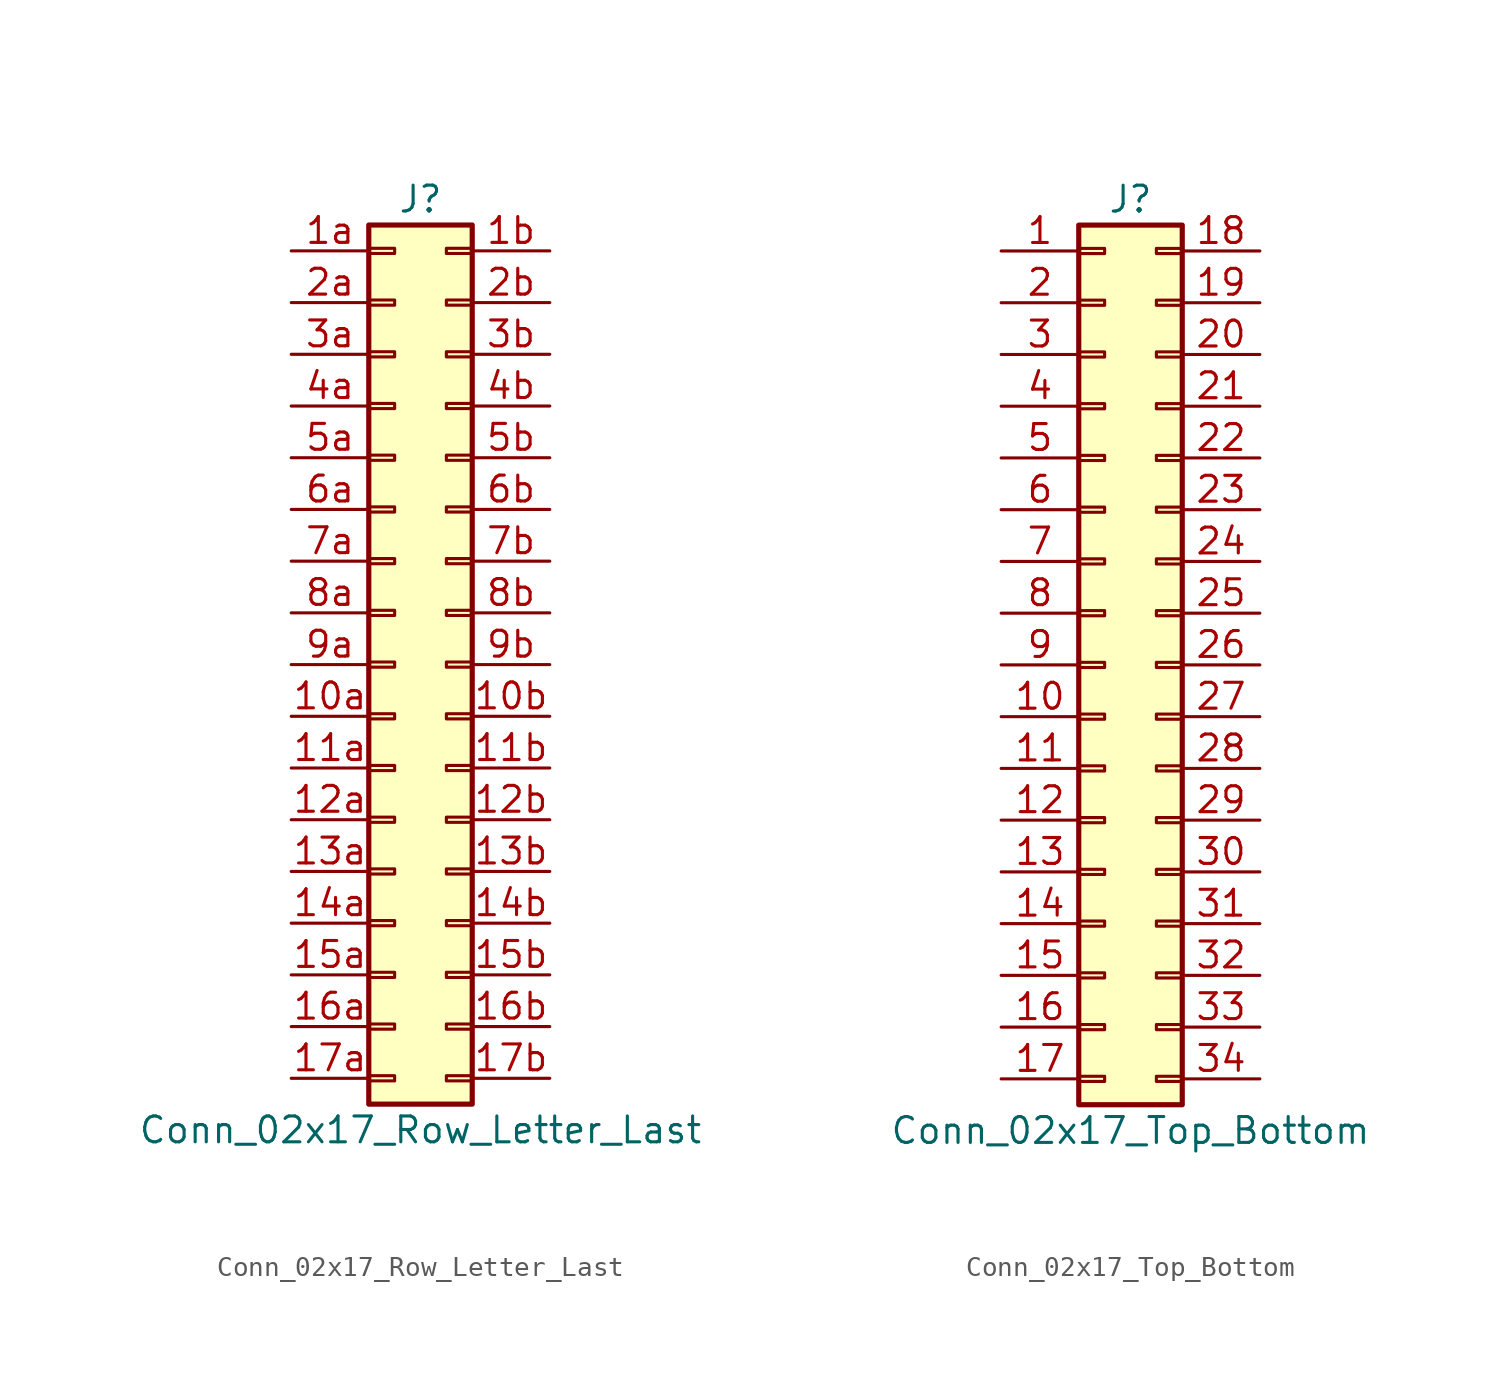
<source format=kicad_sym>
(kicad_symbol_lib
  (version 20220914)
  (generator kicad_symbol_editor)
  (symbol "Conn_02x17_Row_Letter_Last"
    (pin_names
      (offset 1.016) hide)
    (property "Reference" "J"
      (at 1.27 22.86 0)
      (effects (font (size 1.27 1.27))))
    (property "Value" "Conn_02x17_Row_Letter_Last"
      (at 1.27 -22.86 0)
      (effects (font (size 1.27 1.27))))
    (symbol "Conn_02x17_Row_Letter_Last_1_1"
      (rectangle (start -1.27 -20.193) (end 0 -20.447) (stroke (width 0.152) (type solid)) (fill (type none)))
      (rectangle (start -1.27 -17.653) (end 0 -17.907) (stroke (width 0.152) (type solid)) (fill (type none)))
      (rectangle (start -1.27 -15.113) (end 0 -15.367) (stroke (width 0.152) (type solid)) (fill (type none)))
      (rectangle (start -1.27 -12.573) (end 0 -12.827) (stroke (width 0.152) (type solid)) (fill (type none)))
      (rectangle (start -1.27 -10.033) (end 0 -10.287) (stroke (width 0.152) (type solid)) (fill (type none)))
      (rectangle (start -1.27 -7.493) (end 0 -7.747) (stroke (width 0.152) (type solid)) (fill (type none)))
      (rectangle (start -1.27 -4.953) (end 0 -5.207) (stroke (width 0.152) (type solid)) (fill (type none)))
      (rectangle (start -1.27 -2.413) (end 0 -2.667) (stroke (width 0.152) (type solid)) (fill (type none)))
      (rectangle (start -1.27 0.127) (end 0 -0.127) (stroke (width 0.152) (type solid)) (fill (type none)))
      (rectangle (start -1.27 2.667) (end 0 2.413) (stroke (width 0.152) (type solid)) (fill (type none)))
      (rectangle (start -1.27 5.207) (end 0 4.953) (stroke (width 0.152) (type solid)) (fill (type none)))
      (rectangle (start -1.27 7.747) (end 0 7.493) (stroke (width 0.152) (type solid)) (fill (type none)))
      (rectangle (start -1.27 10.287) (end 0 10.033) (stroke (width 0.152) (type solid)) (fill (type none)))
      (rectangle (start -1.27 12.827) (end 0 12.573) (stroke (width 0.152) (type solid)) (fill (type none)))
      (rectangle (start -1.27 15.367) (end 0 15.113) (stroke (width 0.152) (type solid)) (fill (type none)))
      (rectangle (start -1.27 17.907) (end 0 17.653) (stroke (width 0.152) (type solid)) (fill (type none)))
      (rectangle (start -1.27 20.447) (end 0 20.193) (stroke (width 0.152) (type solid)) (fill (type none)))
      (rectangle (start -1.27 21.59) (end 3.81 -21.59) (stroke (width 0.254) (type solid)) (fill (type background)))
      (rectangle (start 3.81 -20.193) (end 2.54 -20.447) (stroke (width 0.152) (type solid)) (fill (type none)))
      (rectangle (start 3.81 -17.653) (end 2.54 -17.907) (stroke (width 0.152) (type solid)) (fill (type none)))
      (rectangle (start 3.81 -15.113) (end 2.54 -15.367) (stroke (width 0.152) (type solid)) (fill (type none)))
      (rectangle (start 3.81 -12.573) (end 2.54 -12.827) (stroke (width 0.152) (type solid)) (fill (type none)))
      (rectangle (start 3.81 -10.033) (end 2.54 -10.287) (stroke (width 0.152) (type solid)) (fill (type none)))
      (rectangle (start 3.81 -7.493) (end 2.54 -7.747) (stroke (width 0.152) (type solid)) (fill (type none)))
      (rectangle (start 3.81 -4.953) (end 2.54 -5.207) (stroke (width 0.152) (type solid)) (fill (type none)))
      (rectangle (start 3.81 -2.413) (end 2.54 -2.667) (stroke (width 0.152) (type solid)) (fill (type none)))
      (rectangle (start 3.81 0.127) (end 2.54 -0.127) (stroke (width 0.152) (type solid)) (fill (type none)))
      (rectangle (start 3.81 2.667) (end 2.54 2.413) (stroke (width 0.152) (type solid)) (fill (type none)))
      (rectangle (start 3.81 5.207) (end 2.54 4.953) (stroke (width 0.152) (type solid)) (fill (type none)))
      (rectangle (start 3.81 7.747) (end 2.54 7.493) (stroke (width 0.152) (type solid)) (fill (type none)))
      (rectangle (start 3.81 10.287) (end 2.54 10.033) (stroke (width 0.152) (type solid)) (fill (type none)))
      (rectangle (start 3.81 12.827) (end 2.54 12.573) (stroke (width 0.152) (type solid)) (fill (type none)))
      (rectangle (start 3.81 15.367) (end 2.54 15.113) (stroke (width 0.152) (type solid)) (fill (type none)))
      (rectangle (start 3.81 17.907) (end 2.54 17.653) (stroke (width 0.152) (type solid)) (fill (type none)))
      (rectangle (start 3.81 20.447) (end 2.54 20.193) (stroke (width 0.152) (type solid)) (fill (type none)))
      (pin passive line (at -5.08 -2.54 0) (length 3.81) (name "Pin_10a" (effects (font (size 1.27 1.27)))) (number "10a" (effects (font (size 1.27 1.27)))))
      (pin passive line (at 7.62 -2.54 180) (length 3.81) (name "Pin_10b" (effects (font (size 1.27 1.27)))) (number "10b" (effects (font (size 1.27 1.27)))))
      (pin passive line (at -5.08 -5.08 0) (length 3.81) (name "Pin_11a" (effects (font (size 1.27 1.27)))) (number "11a" (effects (font (size 1.27 1.27)))))
      (pin passive line (at 7.62 -5.08 180) (length 3.81) (name "Pin_11b" (effects (font (size 1.27 1.27)))) (number "11b" (effects (font (size 1.27 1.27)))))
      (pin passive line (at -5.08 -7.62 0) (length 3.81) (name "Pin_12a" (effects (font (size 1.27 1.27)))) (number "12a" (effects (font (size 1.27 1.27)))))
      (pin passive line (at 7.62 -7.62 180) (length 3.81) (name "Pin_12b" (effects (font (size 1.27 1.27)))) (number "12b" (effects (font (size 1.27 1.27)))))
      (pin passive line (at -5.08 -10.16 0) (length 3.81) (name "Pin_13a" (effects (font (size 1.27 1.27)))) (number "13a" (effects (font (size 1.27 1.27)))))
      (pin passive line (at 7.62 -10.16 180) (length 3.81) (name "Pin_13b" (effects (font (size 1.27 1.27)))) (number "13b" (effects (font (size 1.27 1.27)))))
      (pin passive line (at -5.08 -12.7 0) (length 3.81) (name "Pin_14a" (effects (font (size 1.27 1.27)))) (number "14a" (effects (font (size 1.27 1.27)))))
      (pin passive line (at 7.62 -12.7 180) (length 3.81) (name "Pin_14b" (effects (font (size 1.27 1.27)))) (number "14b" (effects (font (size 1.27 1.27)))))
      (pin passive line (at -5.08 -15.24 0) (length 3.81) (name "Pin_15a" (effects (font (size 1.27 1.27)))) (number "15a" (effects (font (size 1.27 1.27)))))
      (pin passive line (at 7.62 -15.24 180) (length 3.81) (name "Pin_15b" (effects (font (size 1.27 1.27)))) (number "15b" (effects (font (size 1.27 1.27)))))
      (pin passive line (at -5.08 -17.78 0) (length 3.81) (name "Pin_16a" (effects (font (size 1.27 1.27)))) (number "16a" (effects (font (size 1.27 1.27)))))
      (pin passive line (at 7.62 -17.78 180) (length 3.81) (name "Pin_16b" (effects (font (size 1.27 1.27)))) (number "16b" (effects (font (size 1.27 1.27)))))
      (pin passive line (at -5.08 -20.32 0) (length 3.81) (name "Pin_17a" (effects (font (size 1.27 1.27)))) (number "17a" (effects (font (size 1.27 1.27)))))
      (pin passive line (at 7.62 -20.32 180) (length 3.81) (name "Pin_17b" (effects (font (size 1.27 1.27)))) (number "17b" (effects (font (size 1.27 1.27)))))
      (pin passive line (at -5.08 20.32 0) (length 3.81) (name "Pin_1a" (effects (font (size 1.27 1.27)))) (number "1a" (effects (font (size 1.27 1.27)))))
      (pin passive line (at 7.62 20.32 180) (length 3.81) (name "Pin_1b" (effects (font (size 1.27 1.27)))) (number "1b" (effects (font (size 1.27 1.27)))))
      (pin passive line (at -5.08 17.78 0) (length 3.81) (name "Pin_2a" (effects (font (size 1.27 1.27)))) (number "2a" (effects (font (size 1.27 1.27)))))
      (pin passive line (at 7.62 17.78 180) (length 3.81) (name "Pin_2b" (effects (font (size 1.27 1.27)))) (number "2b" (effects (font (size 1.27 1.27)))))
      (pin passive line (at -5.08 15.24 0) (length 3.81) (name "Pin_3a" (effects (font (size 1.27 1.27)))) (number "3a" (effects (font (size 1.27 1.27)))))
      (pin passive line (at 7.62 15.24 180) (length 3.81) (name "Pin_3b" (effects (font (size 1.27 1.27)))) (number "3b" (effects (font (size 1.27 1.27)))))
      (pin passive line (at -5.08 12.7 0) (length 3.81) (name "Pin_4a" (effects (font (size 1.27 1.27)))) (number "4a" (effects (font (size 1.27 1.27)))))
      (pin passive line (at 7.62 12.7 180) (length 3.81) (name "Pin_4b" (effects (font (size 1.27 1.27)))) (number "4b" (effects (font (size 1.27 1.27)))))
      (pin passive line (at -5.08 10.16 0) (length 3.81) (name "Pin_5a" (effects (font (size 1.27 1.27)))) (number "5a" (effects (font (size 1.27 1.27)))))
      (pin passive line (at 7.62 10.16 180) (length 3.81) (name "Pin_5b" (effects (font (size 1.27 1.27)))) (number "5b" (effects (font (size 1.27 1.27)))))
      (pin passive line (at -5.08 7.62 0) (length 3.81) (name "Pin_6a" (effects (font (size 1.27 1.27)))) (number "6a" (effects (font (size 1.27 1.27)))))
      (pin passive line (at 7.62 7.62 180) (length 3.81) (name "Pin_6b" (effects (font (size 1.27 1.27)))) (number "6b" (effects (font (size 1.27 1.27)))))
      (pin passive line (at -5.08 5.08 0) (length 3.81) (name "Pin_7a" (effects (font (size 1.27 1.27)))) (number "7a" (effects (font (size 1.27 1.27)))))
      (pin passive line (at 7.62 5.08 180) (length 3.81) (name "Pin_7b" (effects (font (size 1.27 1.27)))) (number "7b" (effects (font (size 1.27 1.27)))))
      (pin passive line (at -5.08 2.54 0) (length 3.81) (name "Pin_8a" (effects (font (size 1.27 1.27)))) (number "8a" (effects (font (size 1.27 1.27)))))
      (pin passive line (at 7.62 2.54 180) (length 3.81) (name "Pin_8b" (effects (font (size 1.27 1.27)))) (number "8b" (effects (font (size 1.27 1.27)))))
      (pin passive line (at -5.08 0 0) (length 3.81) (name "Pin_9a" (effects (font (size 1.27 1.27)))) (number "9a" (effects (font (size 1.27 1.27)))))
      (pin passive line (at 7.62 0 180) (length 3.81) (name "Pin_9b" (effects (font (size 1.27 1.27)))) (number "9b" (effects (font (size 1.27 1.27)))))))
  (symbol "Conn_02x17_Top_Bottom"
    (pin_names
      (offset 1.016) hide)
    (property "Reference" "J"
      (at 1.27 22.86 0)
      (effects (font (size 1.27 1.27))))
    (property "Value" "Conn_02x17_Top_Bottom"
      (at 1.27 -22.86 0)
      (effects (font (size 1.27 1.27))))
    (symbol "Conn_02x17_Top_Bottom_1_1"
      (rectangle (start -1.27 -20.193) (end 0 -20.447) (stroke (width 0.152) (type solid)) (fill (type none)))
      (rectangle (start -1.27 -17.653) (end 0 -17.907) (stroke (width 0.152) (type solid)) (fill (type none)))
      (rectangle (start -1.27 -15.113) (end 0 -15.367) (stroke (width 0.152) (type solid)) (fill (type none)))
      (rectangle (start -1.27 -12.573) (end 0 -12.827) (stroke (width 0.152) (type solid)) (fill (type none)))
      (rectangle (start -1.27 -10.033) (end 0 -10.287) (stroke (width 0.152) (type solid)) (fill (type none)))
      (rectangle (start -1.27 -7.493) (end 0 -7.747) (stroke (width 0.152) (type solid)) (fill (type none)))
      (rectangle (start -1.27 -4.953) (end 0 -5.207) (stroke (width 0.152) (type solid)) (fill (type none)))
      (rectangle (start -1.27 -2.413) (end 0 -2.667) (stroke (width 0.152) (type solid)) (fill (type none)))
      (rectangle (start -1.27 0.127) (end 0 -0.127) (stroke (width 0.152) (type solid)) (fill (type none)))
      (rectangle (start -1.27 2.667) (end 0 2.413) (stroke (width 0.152) (type solid)) (fill (type none)))
      (rectangle (start -1.27 5.207) (end 0 4.953) (stroke (width 0.152) (type solid)) (fill (type none)))
      (rectangle (start -1.27 7.747) (end 0 7.493) (stroke (width 0.152) (type solid)) (fill (type none)))
      (rectangle (start -1.27 10.287) (end 0 10.033) (stroke (width 0.152) (type solid)) (fill (type none)))
      (rectangle (start -1.27 12.827) (end 0 12.573) (stroke (width 0.152) (type solid)) (fill (type none)))
      (rectangle (start -1.27 15.367) (end 0 15.113) (stroke (width 0.152) (type solid)) (fill (type none)))
      (rectangle (start -1.27 17.907) (end 0 17.653) (stroke (width 0.152) (type solid)) (fill (type none)))
      (rectangle (start -1.27 20.447) (end 0 20.193) (stroke (width 0.152) (type solid)) (fill (type none)))
      (rectangle (start -1.27 21.59) (end 3.81 -21.59) (stroke (width 0.254) (type solid)) (fill (type background)))
      (rectangle (start 3.81 -20.193) (end 2.54 -20.447) (stroke (width 0.152) (type solid)) (fill (type none)))
      (rectangle (start 3.81 -17.653) (end 2.54 -17.907) (stroke (width 0.152) (type solid)) (fill (type none)))
      (rectangle (start 3.81 -15.113) (end 2.54 -15.367) (stroke (width 0.152) (type solid)) (fill (type none)))
      (rectangle (start 3.81 -12.573) (end 2.54 -12.827) (stroke (width 0.152) (type solid)) (fill (type none)))
      (rectangle (start 3.81 -10.033) (end 2.54 -10.287) (stroke (width 0.152) (type solid)) (fill (type none)))
      (rectangle (start 3.81 -7.493) (end 2.54 -7.747) (stroke (width 0.152) (type solid)) (fill (type none)))
      (rectangle (start 3.81 -4.953) (end 2.54 -5.207) (stroke (width 0.152) (type solid)) (fill (type none)))
      (rectangle (start 3.81 -2.413) (end 2.54 -2.667) (stroke (width 0.152) (type solid)) (fill (type none)))
      (rectangle (start 3.81 0.127) (end 2.54 -0.127) (stroke (width 0.152) (type solid)) (fill (type none)))
      (rectangle (start 3.81 2.667) (end 2.54 2.413) (stroke (width 0.152) (type solid)) (fill (type none)))
      (rectangle (start 3.81 5.207) (end 2.54 4.953) (stroke (width 0.152) (type solid)) (fill (type none)))
      (rectangle (start 3.81 7.747) (end 2.54 7.493) (stroke (width 0.152) (type solid)) (fill (type none)))
      (rectangle (start 3.81 10.287) (end 2.54 10.033) (stroke (width 0.152) (type solid)) (fill (type none)))
      (rectangle (start 3.81 12.827) (end 2.54 12.573) (stroke (width 0.152) (type solid)) (fill (type none)))
      (rectangle (start 3.81 15.367) (end 2.54 15.113) (stroke (width 0.152) (type solid)) (fill (type none)))
      (rectangle (start 3.81 17.907) (end 2.54 17.653) (stroke (width 0.152) (type solid)) (fill (type none)))
      (rectangle (start 3.81 20.447) (end 2.54 20.193) (stroke (width 0.152) (type solid)) (fill (type none)))
      (pin passive line (at -5.08 20.32 0) (length 3.81) (name "Pin_1" (effects (font (size 1.27 1.27)))) (number "1" (effects (font (size 1.27 1.27)))))
      (pin passive line (at -5.08 -2.54 0) (length 3.81) (name "Pin_10" (effects (font (size 1.27 1.27)))) (number "10" (effects (font (size 1.27 1.27)))))
      (pin passive line (at -5.08 -5.08 0) (length 3.81) (name "Pin_11" (effects (font (size 1.27 1.27)))) (number "11" (effects (font (size 1.27 1.27)))))
      (pin passive line (at -5.08 -7.62 0) (length 3.81) (name "Pin_12" (effects (font (size 1.27 1.27)))) (number "12" (effects (font (size 1.27 1.27)))))
      (pin passive line (at -5.08 -10.16 0) (length 3.81) (name "Pin_13" (effects (font (size 1.27 1.27)))) (number "13" (effects (font (size 1.27 1.27)))))
      (pin passive line (at -5.08 -12.7 0) (length 3.81) (name "Pin_14" (effects (font (size 1.27 1.27)))) (number "14" (effects (font (size 1.27 1.27)))))
      (pin passive line (at -5.08 -15.24 0) (length 3.81) (name "Pin_15" (effects (font (size 1.27 1.27)))) (number "15" (effects (font (size 1.27 1.27)))))
      (pin passive line (at -5.08 -17.78 0) (length 3.81) (name "Pin_16" (effects (font (size 1.27 1.27)))) (number "16" (effects (font (size 1.27 1.27)))))
      (pin passive line (at -5.08 -20.32 0) (length 3.81) (name "Pin_17" (effects (font (size 1.27 1.27)))) (number "17" (effects (font (size 1.27 1.27)))))
      (pin passive line (at 7.62 20.32 180) (length 3.81) (name "Pin_18" (effects (font (size 1.27 1.27)))) (number "18" (effects (font (size 1.27 1.27)))))
      (pin passive line (at 7.62 17.78 180) (length 3.81) (name "Pin_19" (effects (font (size 1.27 1.27)))) (number "19" (effects (font (size 1.27 1.27)))))
      (pin passive line (at -5.08 17.78 0) (length 3.81) (name "Pin_2" (effects (font (size 1.27 1.27)))) (number "2" (effects (font (size 1.27 1.27)))))
      (pin passive line (at 7.62 15.24 180) (length 3.81) (name "Pin_20" (effects (font (size 1.27 1.27)))) (number "20" (effects (font (size 1.27 1.27)))))
      (pin passive line (at 7.62 12.7 180) (length 3.81) (name "Pin_21" (effects (font (size 1.27 1.27)))) (number "21" (effects (font (size 1.27 1.27)))))
      (pin passive line (at 7.62 10.16 180) (length 3.81) (name "Pin_22" (effects (font (size 1.27 1.27)))) (number "22" (effects (font (size 1.27 1.27)))))
      (pin passive line (at 7.62 7.62 180) (length 3.81) (name "Pin_23" (effects (font (size 1.27 1.27)))) (number "23" (effects (font (size 1.27 1.27)))))
      (pin passive line (at 7.62 5.08 180) (length 3.81) (name "Pin_24" (effects (font (size 1.27 1.27)))) (number "24" (effects (font (size 1.27 1.27)))))
      (pin passive line (at 7.62 2.54 180) (length 3.81) (name "Pin_25" (effects (font (size 1.27 1.27)))) (number "25" (effects (font (size 1.27 1.27)))))
      (pin passive line (at 7.62 0 180) (length 3.81) (name "Pin_26" (effects (font (size 1.27 1.27)))) (number "26" (effects (font (size 1.27 1.27)))))
      (pin passive line (at 7.62 -2.54 180) (length 3.81) (name "Pin_27" (effects (font (size 1.27 1.27)))) (number "27" (effects (font (size 1.27 1.27)))))
      (pin passive line (at 7.62 -5.08 180) (length 3.81) (name "Pin_28" (effects (font (size 1.27 1.27)))) (number "28" (effects (font (size 1.27 1.27)))))
      (pin passive line (at 7.62 -7.62 180) (length 3.81) (name "Pin_29" (effects (font (size 1.27 1.27)))) (number "29" (effects (font (size 1.27 1.27)))))
      (pin passive line (at -5.08 15.24 0) (length 3.81) (name "Pin_3" (effects (font (size 1.27 1.27)))) (number "3" (effects (font (size 1.27 1.27)))))
      (pin passive line (at 7.62 -10.16 180) (length 3.81) (name "Pin_30" (effects (font (size 1.27 1.27)))) (number "30" (effects (font (size 1.27 1.27)))))
      (pin passive line (at 7.62 -12.7 180) (length 3.81) (name "Pin_31" (effects (font (size 1.27 1.27)))) (number "31" (effects (font (size 1.27 1.27)))))
      (pin passive line (at 7.62 -15.24 180) (length 3.81) (name "Pin_32" (effects (font (size 1.27 1.27)))) (number "32" (effects (font (size 1.27 1.27)))))
      (pin passive line (at 7.62 -17.78 180) (length 3.81) (name "Pin_33" (effects (font (size 1.27 1.27)))) (number "33" (effects (font (size 1.27 1.27)))))
      (pin passive line (at 7.62 -20.32 180) (length 3.81) (name "Pin_34" (effects (font (size 1.27 1.27)))) (number "34" (effects (font (size 1.27 1.27)))))
      (pin passive line (at -5.08 12.7 0) (length 3.81) (name "Pin_4" (effects (font (size 1.27 1.27)))) (number "4" (effects (font (size 1.27 1.27)))))
      (pin passive line (at -5.08 10.16 0) (length 3.81) (name "Pin_5" (effects (font (size 1.27 1.27)))) (number "5" (effects (font (size 1.27 1.27)))))
      (pin passive line (at -5.08 7.62 0) (length 3.81) (name "Pin_6" (effects (font (size 1.27 1.27)))) (number "6" (effects (font (size 1.27 1.27)))))
      (pin passive line (at -5.08 5.08 0) (length 3.81) (name "Pin_7" (effects (font (size 1.27 1.27)))) (number "7" (effects (font (size 1.27 1.27)))))
      (pin passive line (at -5.08 2.54 0) (length 3.81) (name "Pin_8" (effects (font (size 1.27 1.27)))) (number "8" (effects (font (size 1.27 1.27)))))
      (pin passive line (at -5.08 0 0) (length 3.81) (name "Pin_9" (effects (font (size 1.27 1.27)))) (number "9" (effects (font (size 1.27 1.27))))))))
</source>
